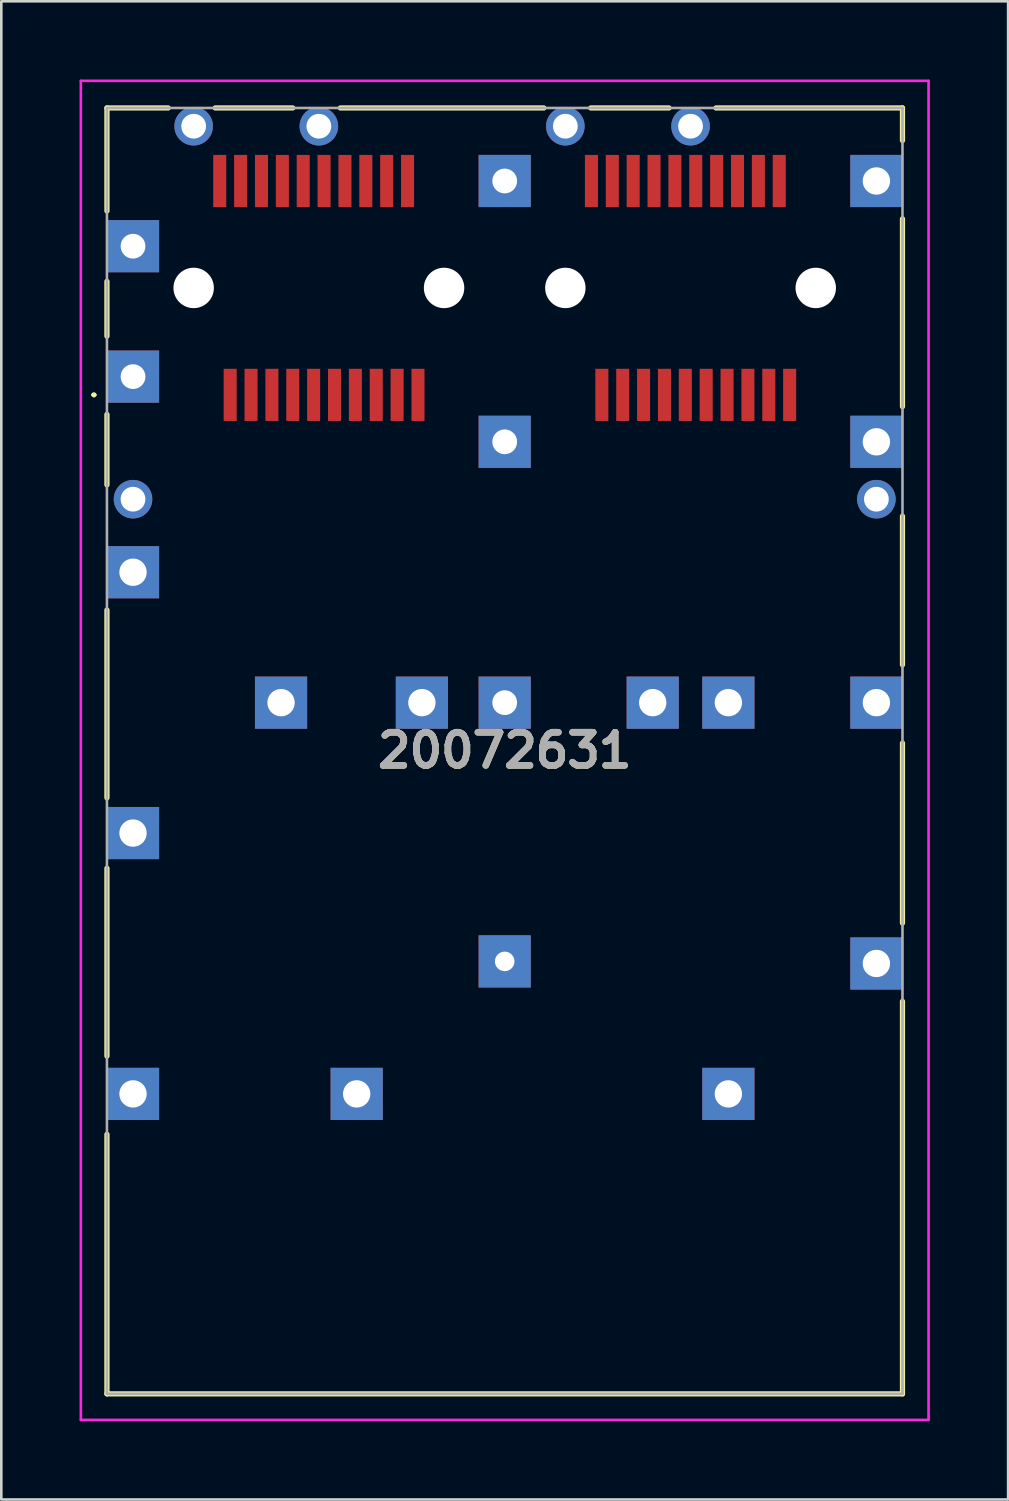
<source format=kicad_pcb>
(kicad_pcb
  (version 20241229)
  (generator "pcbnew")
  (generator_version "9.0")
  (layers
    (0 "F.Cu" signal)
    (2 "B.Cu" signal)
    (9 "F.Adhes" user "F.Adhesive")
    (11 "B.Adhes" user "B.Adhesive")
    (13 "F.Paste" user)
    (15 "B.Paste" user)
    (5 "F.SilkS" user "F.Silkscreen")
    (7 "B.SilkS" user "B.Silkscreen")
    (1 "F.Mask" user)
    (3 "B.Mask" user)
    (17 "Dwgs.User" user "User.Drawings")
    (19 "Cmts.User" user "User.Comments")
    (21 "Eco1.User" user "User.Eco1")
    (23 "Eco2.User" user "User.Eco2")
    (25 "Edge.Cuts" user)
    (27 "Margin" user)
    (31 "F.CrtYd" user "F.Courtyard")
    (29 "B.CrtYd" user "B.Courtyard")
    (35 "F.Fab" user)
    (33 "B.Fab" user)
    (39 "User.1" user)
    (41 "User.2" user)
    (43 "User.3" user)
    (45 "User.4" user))
  (footprint "20072631"
    (layer "F.Cu")
    (at 16.3 25.739)
    (property "Reference" "20072631" (at 0 -0.019 0) (layer "F.SilkS") (effects (font (size 1.27 1.27) (thickness 0.254))))
    (attr through_hole)
    (fp_line (start -15.8 -13.65) (end -15.8 -13.65) (stroke (width 0.1) (type solid)) (layer "F.SilkS"))
    (fp_line (start -15.7 -13.65) (end -15.7 -13.65) (stroke (width 0.1) (type solid)) (layer "F.SilkS"))
    (fp_line (start -15.25 -24.65) (end -12.9 -24.65) (stroke (width 0.2) (type solid)) (layer "F.SilkS"))
    (fp_line (start -15.25 -20.7) (end -15.25 -24.65) (stroke (width 0.2) (type solid)) (layer "F.SilkS"))
    (fp_line (start -15.25 -15.9) (end -15.25 -18) (stroke (width 0.2) (type solid)) (layer "F.SilkS"))
    (fp_line (start -15.25 -10.2) (end -15.25 -12.9) (stroke (width 0.2) (type solid)) (layer "F.SilkS"))
    (fp_line (start -15.25 1.8) (end -15.25 -5.4) (stroke (width 0.2) (type solid)) (layer "F.SilkS"))
    (fp_line (start -15.25 11.7) (end -15.25 4.5) (stroke (width 0.2) (type solid)) (layer "F.SilkS"))
    (fp_line (start -15.25 24.65) (end -15.25 14.7) (stroke (width 0.2) (type solid)) (layer "F.SilkS"))
    (fp_line (start -11.1 -24.65) (end -8.125 -24.65) (stroke (width 0.2) (type solid)) (layer "F.SilkS"))
    (fp_line (start -6.3 -24.65) (end 1.5 -24.65) (stroke (width 0.2) (type solid)) (layer "F.SilkS"))
    (fp_line (start 3.3 -24.65) (end 6.3 -24.65) (stroke (width 0.2) (type solid)) (layer "F.SilkS"))
    (fp_line (start 8.1 -24.65) (end 15.25 -24.65) (stroke (width 0.2) (type solid)) (layer "F.SilkS"))
    (fp_line (start 15.25 -24.65) (end 15.25 -23.4) (stroke (width 0.2) (type solid)) (layer "F.SilkS"))
    (fp_line (start 15.25 -20.4) (end 15.25 -13.2) (stroke (width 0.2) (type solid)) (layer "F.SilkS"))
    (fp_line (start 15.25 -9) (end 15.25 -3.3) (stroke (width 0.2) (type solid)) (layer "F.SilkS"))
    (fp_line (start 15.25 -0.3) (end 15.25 6.6) (stroke (width 0.2) (type solid)) (layer "F.SilkS"))
    (fp_line (start 15.25 9.6) (end 15.25 24.65) (stroke (width 0.2) (type solid)) (layer "F.SilkS"))
    (fp_line (start 15.25 24.65) (end -15.25 24.65) (stroke (width 0.2) (type solid)) (layer "F.SilkS"))
    (fp_arc (start -15.8 -13.65) (mid -15.75 -13.7) (end -15.7 -13.65) (stroke (width 0.1) (type solid)) (layer "F.SilkS"))
    (fp_arc (start -15.7 -13.65) (mid -15.75 -13.6) (end -15.8 -13.65) (stroke (width 0.1) (type solid)) (layer "F.SilkS"))
    (fp_line (start -16.25 -25.689) (end 16.25 -25.689) (stroke (width 0.1) (type solid)) (layer "F.CrtYd"))
    (fp_line (start -16.25 25.65) (end -16.25 -25.689) (stroke (width 0.1) (type solid)) (layer "F.CrtYd"))
    (fp_line (start 16.25 -25.689) (end 16.25 25.65) (stroke (width 0.1) (type solid)) (layer "F.CrtYd"))
    (fp_line (start 16.25 25.65) (end -16.25 25.65) (stroke (width 0.1) (type solid)) (layer "F.CrtYd"))
    (fp_line (start -15.25 -24.65) (end 15.25 -24.65) (stroke (width 0.1) (type solid)) (layer "F.Fab"))
    (fp_line (start -15.25 24.65) (end -15.25 -24.65) (stroke (width 0.1) (type solid)) (layer "F.Fab"))
    (fp_line (start 15.25 -24.65) (end 15.25 24.65) (stroke (width 0.1) (type solid)) (layer "F.Fab"))
    (fp_line (start 15.25 24.65) (end -15.25 24.65) (stroke (width 0.1) (type solid)) (layer "F.Fab"))
    (fp_text user "${REFERENCE}" (at 0 -0.019 0) (layer "F.Fab") (effects (font (size 1.27 1.27) (thickness 0.254))))
    (pad "" np_thru_hole circle (at -11.925 -17.75) (size 1.55 1.55) (drill 1.55) (layers "*.Cu" "*.Mask"))
    (pad "" np_thru_hole circle (at -2.325 -17.75) (size 1.55 1.55) (drill 1.55) (layers "*.Cu" "*.Mask"))
    (pad "" np_thru_hole circle (at 2.325 -17.75) (size 1.55 1.55) (drill 1.55) (layers "*.Cu" "*.Mask"))
    (pad "" np_thru_hole circle (at 11.925 -17.75) (size 1.55 1.55) (drill 1.55) (layers "*.Cu" "*.Mask"))
    (pad "1" thru_hole rect (at -14.25 13.15) (size 2 2) (drill 1.05) (layers "*.Cu" "*.Mask"))
    (pad "2" thru_hole rect (at -5.675 13.15) (size 2 2) (drill 1.05) (layers "*.Cu" "*.Mask"))
    (pad "3" thru_hole rect (at 8.575 13.15) (size 2 2) (drill 1.05) (layers "*.Cu" "*.Mask"))
    (pad "4" thru_hole rect (at 14.25 8.15) (size 2 2) (drill 1.05) (layers "*.Cu" "*.Mask"))
    (pad "5" thru_hole rect (at 0 8.07) (size 2 2) (drill 0.75) (layers "*.Cu" "*.Mask"))
    (pad "6" thru_hole rect (at -14.25 3.15) (size 2 2) (drill 1.05) (layers "*.Cu" "*.Mask"))
    (pad "7" thru_hole rect (at -8.575 -1.85) (size 2 2) (drill 1.05) (layers "*.Cu" "*.Mask"))
    (pad "8" thru_hole rect (at -3.175 -1.85) (size 2 2) (drill 1.05) (layers "*.Cu" "*.Mask"))
    (pad "9" thru_hole rect (at 0 -1.85) (size 2 2) (drill 0.95) (layers "*.Cu" "*.Mask"))
    (pad "10" thru_hole rect (at 5.675 -1.85) (size 2 2) (drill 1.05) (layers "*.Cu" "*.Mask"))
    (pad "11" thru_hole rect (at 8.575 -1.85) (size 2 2) (drill 1.05) (layers "*.Cu" "*.Mask"))
    (pad "12" thru_hole rect (at 14.25 -1.85) (size 2 2) (drill 1.05) (layers "*.Cu" "*.Mask"))
    (pad "13" thru_hole rect (at -14.25 -6.85) (size 2 2) (drill 1.05) (layers "*.Cu" "*.Mask"))
    (pad "14" thru_hole rect (at -14.25 -14.35) (size 2 2) (drill 0.95) (layers "*.Cu" "*.Mask"))
    (pad "15" thru_hole rect (at -14.25 -19.35) (size 2 2) (drill 0.95) (layers "*.Cu" "*.Mask"))
    (pad "16" thru_hole rect (at 0 -11.85) (size 2 2) (drill 0.95) (layers "*.Cu" "*.Mask"))
    (pad "17" thru_hole rect (at 0 -21.85) (size 2 2) (drill 0.95) (layers "*.Cu" "*.Mask"))
    (pad "18" thru_hole rect (at 14.25 -11.85) (size 2 2) (drill 1.05) (layers "*.Cu" "*.Mask"))
    (pad "19" thru_hole rect (at 14.25 -21.85) (size 2 2) (drill 1.05) (layers "*.Cu" "*.Mask"))
    (pad "20" thru_hole circle (at -14.25 -9.65) (size 1.478 1.478) (drill 0.95) (layers "*.Cu" "*.Mask"))
    (pad "21" thru_hole circle (at 14.25 -9.65) (size 1.478 1.478) (drill 0.95) (layers "*.Cu" "*.Mask"))
    (pad "22" thru_hole circle (at -11.925 -23.95) (size 1.478 1.478) (drill 0.95) (layers "*.Cu" "*.Mask"))
    (pad "23" thru_hole circle (at -7.125 -23.95) (size 1.478 1.478) (drill 0.95) (layers "*.Cu" "*.Mask"))
    (pad "24" thru_hole circle (at 2.325 -23.95) (size 1.478 1.478) (drill 0.95) (layers "*.Cu" "*.Mask"))
    (pad "25" thru_hole circle (at 7.125 -23.95) (size 1.478 1.478) (drill 0.95) (layers "*.Cu" "*.Mask"))
    (pad "A1" smd rect (at -10.525 -13.65) (size 0.5 2) (layers "F.Cu" "F.Mask" "F.Paste"))
    (pad "A2" smd rect (at -9.725 -13.65) (size 0.5 2) (layers "F.Cu" "F.Mask" "F.Paste"))
    (pad "A3" smd rect (at -8.925 -13.65) (size 0.5 2) (layers "F.Cu" "F.Mask" "F.Paste"))
    (pad "A4" smd rect (at -8.125 -13.65) (size 0.5 2) (layers "F.Cu" "F.Mask" "F.Paste"))
    (pad "A5" smd rect (at -7.325 -13.65) (size 0.5 2) (layers "F.Cu" "F.Mask" "F.Paste"))
    (pad "A6" smd rect (at -6.525 -13.65) (size 0.5 2) (layers "F.Cu" "F.Mask" "F.Paste"))
    (pad "A7" smd rect (at -5.725 -13.65) (size 0.5 2) (layers "F.Cu" "F.Mask" "F.Paste"))
    (pad "A8" smd rect (at -4.925 -13.65) (size 0.5 2) (layers "F.Cu" "F.Mask" "F.Paste"))
    (pad "A9" smd rect (at -4.125 -13.65) (size 0.5 2) (layers "F.Cu" "F.Mask" "F.Paste"))
    (pad "A10" smd rect (at -3.325 -13.65) (size 0.5 2) (layers "F.Cu" "F.Mask" "F.Paste"))
    (pad "A11" smd rect (at -3.725 -21.85) (size 0.5 2) (layers "F.Cu" "F.Mask" "F.Paste"))
    (pad "A12" smd rect (at -4.525 -21.85) (size 0.5 2) (layers "F.Cu" "F.Mask" "F.Paste"))
    (pad "A13" smd rect (at -5.325 -21.85) (size 0.5 2) (layers "F.Cu" "F.Mask" "F.Paste"))
    (pad "A14" smd rect (at -6.125 -21.85) (size 0.5 2) (layers "F.Cu" "F.Mask" "F.Paste"))
    (pad "A15" smd rect (at -6.925 -21.85) (size 0.5 2) (layers "F.Cu" "F.Mask" "F.Paste"))
    (pad "A16" smd rect (at -7.725 -21.85) (size 0.5 2) (layers "F.Cu" "F.Mask" "F.Paste"))
    (pad "A17" smd rect (at -8.525 -21.85) (size 0.5 2) (layers "F.Cu" "F.Mask" "F.Paste"))
    (pad "A18" smd rect (at -9.325 -21.85) (size 0.5 2) (layers "F.Cu" "F.Mask" "F.Paste"))
    (pad "A19" smd rect (at -10.125 -21.85) (size 0.5 2) (layers "F.Cu" "F.Mask" "F.Paste"))
    (pad "A20" smd rect (at -10.925 -21.85) (size 0.5 2) (layers "F.Cu" "F.Mask" "F.Paste"))
    (pad "B1" smd rect (at 3.725 -13.65) (size 0.5 2) (layers "F.Cu" "F.Mask" "F.Paste"))
    (pad "B2" smd rect (at 4.525 -13.65) (size 0.5 2) (layers "F.Cu" "F.Mask" "F.Paste"))
    (pad "B3" smd rect (at 5.325 -13.65) (size 0.5 2) (layers "F.Cu" "F.Mask" "F.Paste"))
    (pad "B4" smd rect (at 6.125 -13.65) (size 0.5 2) (layers "F.Cu" "F.Mask" "F.Paste"))
    (pad "B5" smd rect (at 6.925 -13.65) (size 0.5 2) (layers "F.Cu" "F.Mask" "F.Paste"))
    (pad "B6" smd rect (at 7.725 -13.65) (size 0.5 2) (layers "F.Cu" "F.Mask" "F.Paste"))
    (pad "B7" smd rect (at 8.525 -13.65) (size 0.5 2) (layers "F.Cu" "F.Mask" "F.Paste"))
    (pad "B8" smd rect (at 9.325 -13.65) (size 0.5 2) (layers "F.Cu" "F.Mask" "F.Paste"))
    (pad "B9" smd rect (at 10.125 -13.65) (size 0.5 2) (layers "F.Cu" "F.Mask" "F.Paste"))
    (pad "B10" smd rect (at 10.925 -13.65) (size 0.5 2) (layers "F.Cu" "F.Mask" "F.Paste"))
    (pad "B11" smd rect (at 10.525 -21.85) (size 0.5 2) (layers "F.Cu" "F.Mask" "F.Paste"))
    (pad "B12" smd rect (at 9.725 -21.85) (size 0.5 2) (layers "F.Cu" "F.Mask" "F.Paste"))
    (pad "B13" smd rect (at 8.925 -21.85) (size 0.5 2) (layers "F.Cu" "F.Mask" "F.Paste"))
    (pad "B14" smd rect (at 8.125 -21.85) (size 0.5 2) (layers "F.Cu" "F.Mask" "F.Paste"))
    (pad "B15" smd rect (at 7.325 -21.85) (size 0.5 2) (layers "F.Cu" "F.Mask" "F.Paste"))
    (pad "B16" smd rect (at 6.525 -21.85) (size 0.5 2) (layers "F.Cu" "F.Mask" "F.Paste"))
    (pad "B17" smd rect (at 5.725 -21.85) (size 0.5 2) (layers "F.Cu" "F.Mask" "F.Paste"))
    (pad "B18" smd rect (at 4.925 -21.85) (size 0.5 2) (layers "F.Cu" "F.Mask" "F.Paste"))
    (pad "B19" smd rect (at 4.125 -21.85) (size 0.5 2) (layers "F.Cu" "F.Mask" "F.Paste"))
    (pad "B20" smd rect (at 3.325 -21.85) (size 0.5 2) (layers "F.Cu" "F.Mask" "F.Paste")))
  (gr_rect
    (start -3 -3)
    (end 35.6 54.439)
    (stroke (width 0.1) (type default))
    (fill no)
    (layer "Edge.Cuts")))
</source>
